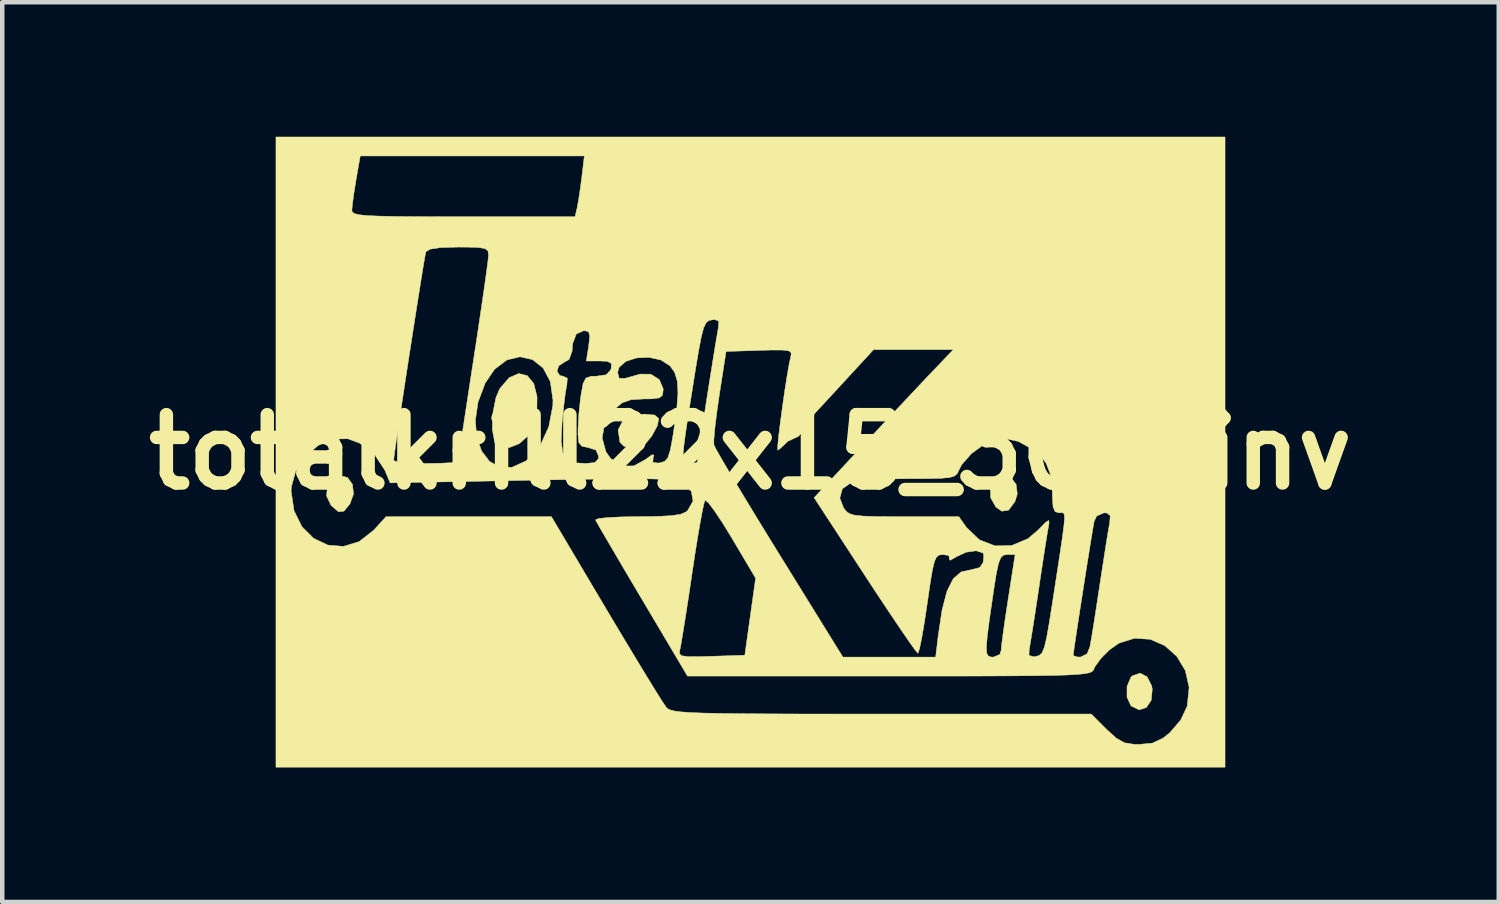
<source format=kicad_pcb>
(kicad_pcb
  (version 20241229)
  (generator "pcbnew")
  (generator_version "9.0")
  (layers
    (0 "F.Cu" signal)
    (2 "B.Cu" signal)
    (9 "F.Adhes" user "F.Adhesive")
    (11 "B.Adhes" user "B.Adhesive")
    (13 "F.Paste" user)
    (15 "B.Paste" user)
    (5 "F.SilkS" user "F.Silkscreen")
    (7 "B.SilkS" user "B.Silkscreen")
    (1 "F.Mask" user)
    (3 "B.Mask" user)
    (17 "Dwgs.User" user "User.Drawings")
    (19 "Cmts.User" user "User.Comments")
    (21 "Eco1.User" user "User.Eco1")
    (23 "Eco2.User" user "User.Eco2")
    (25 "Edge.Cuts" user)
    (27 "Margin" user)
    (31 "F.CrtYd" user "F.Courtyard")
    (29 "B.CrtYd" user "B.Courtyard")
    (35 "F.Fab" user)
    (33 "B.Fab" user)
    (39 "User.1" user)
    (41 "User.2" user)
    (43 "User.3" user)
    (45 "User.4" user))
  (footprint "totalkrill22x15_300_inv"
    (layer "F.Cu")
    (at 13.687 7.032)
    (property "Reference" "totalkrill22x15_300_inv" (at 0 0 0) (layer "F.SilkS") (effects (font (size 1.524 1.524) (thickness 0.3))))
    (attr through_hole)
    (fp_poly (pts (xy 5.812 0.571) (xy 5.924 0.721) (xy 5.95 0.933) (xy 5.898 1.103) (xy 5.757 1.294) (xy 5.605 1.319) (xy 5.471 1.225) (xy 5.355 1.017) (xy 5.35 0.782) (xy 5.457 0.596) (xy 5.646 0.517) (xy 5.812 0.571)) (stroke (width 0.01) (type solid)) (fill yes) (layer "F.SilkS"))
    (fp_poly (pts (xy -8.987 0.567) (xy -8.877 0.721) (xy -8.853 0.935) (xy -8.932 1.154) (xy -9.067 1.318) (xy -9.19 1.33) (xy -9.349 1.193) (xy -9.358 1.183) (xy -9.455 0.976) (xy -9.432 0.755) (xy -9.307 0.583) (xy -9.164 0.523) (xy -8.987 0.567)) (stroke (width 0.01) (type solid)) (fill yes) (layer "F.SilkS"))
    (fp_poly (pts (xy -2.138 -0.826) (xy -2.045 -0.747) (xy -2.078 -0.585) (xy -2.2 -0.36) (xy -2.363 -0.16) (xy -2.551 -0.088) (xy -2.614 -0.085) (xy -2.822 -0.129) (xy -2.912 -0.219) (xy -2.952 -0.495) (xy -2.845 -0.701) (xy -2.603 -0.821) (xy -2.365 -0.847) (xy -2.138 -0.826)) (stroke (width 0.01) (type solid)) (fill yes) (layer "F.SilkS"))
    (fp_poly (pts (xy 8.845 5.012) (xy 8.946 5.21) (xy 8.96 5.284) (xy 8.938 5.532) (xy 8.828 5.696) (xy 8.668 5.749) (xy 8.491 5.663) (xy 8.484 5.656) (xy 8.396 5.466) (xy 8.397 5.225) (xy 8.484 5.022) (xy 8.516 4.989) (xy 8.689 4.93) (xy 8.845 5.012)) (stroke (width 0.01) (type solid)) (fill yes) (layer "F.SilkS"))
    (fp_poly (pts (xy -4.977 -1.704) (xy -4.833 -1.527) (xy -4.76 -1.234) (xy -4.763 -0.989) (xy -4.822 -0.691) (xy -4.925 -0.427) (xy -4.971 -0.354) (xy -5.153 -0.19) (xy -5.371 -0.103) (xy -5.57 -0.103) (xy -5.697 -0.199) (xy -5.704 -0.214) (xy -5.758 -0.508) (xy -5.746 -0.869) (xy -5.677 -1.215) (xy -5.594 -1.411) (xy -5.383 -1.659) (xy -5.169 -1.752) (xy -4.977 -1.704)) (stroke (width 0.01) (type solid)) (fill yes) (layer "F.SilkS"))
    (fp_poly (pts (xy 10.583 7.027) (xy -10.583 7.027) (xy -10.583 0.868) (xy -10.245 0.868) (xy -10.18 1.307) (xy -10.003 1.664) (xy -9.742 1.924) (xy -9.425 2.074) (xy -9.077 2.103) (xy -8.727 1.996) (xy -8.405 1.744) (xy -8.126 1.439) (xy -4.44 1.439) (xy -3.222 3.493) (xy -2.9 4.032) (xy -2.601 4.529) (xy -2.338 4.963) (xy -2.122 5.315) (xy -1.966 5.563) (xy -1.882 5.688) (xy -1.877 5.694) (xy -1.841 5.726) (xy -1.782 5.753) (xy -1.687 5.776) (xy -1.543 5.794) (xy -1.335 5.809) (xy -1.051 5.82) (xy -0.678 5.828) (xy -0.201 5.834) (xy 0.392 5.838) (xy 1.116 5.841) (xy 1.983 5.842) (xy 2.924 5.842) (xy 7.6 5.842) (xy 7.939 6.181) (xy 8.158 6.381) (xy 8.34 6.483) (xy 8.554 6.517) (xy 8.665 6.519) (xy 8.961 6.491) (xy 9.196 6.382) (xy 9.352 6.258) (xy 9.596 5.972) (xy 9.739 5.665) (xy 9.782 5.247) (xy 9.696 4.87) (xy 9.506 4.554) (xy 9.238 4.316) (xy 8.917 4.176) (xy 8.568 4.151) (xy 8.218 4.261) (xy 8.008 4.408) (xy 7.817 4.6) (xy 7.685 4.779) (xy 7.661 4.831) (xy 7.645 4.867) (xy 7.612 4.897) (xy 7.55 4.923) (xy 7.444 4.943) (xy 7.28 4.959) (xy 7.047 4.972) (xy 6.729 4.981) (xy 6.313 4.987) (xy 5.786 4.991) (xy 5.135 4.994) (xy 4.345 4.995) (xy 3.403 4.995) (xy 3.102 4.995) (xy -1.405 4.995) (xy -1.699 4.499) (xy -1.585 4.499) (xy -1.535 4.542) (xy -1.398 4.561) (xy -1.143 4.562) (xy -0.875 4.554) (xy -0.127 4.53) (xy 0.114 2.812) (xy -0.421 1.909) (xy -0.628 1.572) (xy -0.808 1.303) (xy -0.941 1.128) (xy -1.012 1.073) (xy -1.015 1.075) (xy -1.045 1.176) (xy -1.094 1.418) (xy -1.157 1.773) (xy -1.229 2.213) (xy -1.304 2.709) (xy -1.379 3.214) (xy -1.449 3.667) (xy -1.509 4.041) (xy -1.553 4.304) (xy -1.578 4.427) (xy -1.585 4.499) (xy -1.699 4.499) (xy -2.417 3.289) (xy -2.705 2.803) (xy -2.963 2.365) (xy -3.179 1.996) (xy -3.342 1.717) (xy -3.437 1.549) (xy -3.457 1.511) (xy -3.39 1.483) (xy -3.185 1.46) (xy -2.875 1.445) (xy -2.511 1.439) (xy -2.062 1.434) (xy -1.754 1.417) (xy -1.554 1.385) (xy -1.435 1.333) (xy -1.403 1.306) (xy -1.281 1.091) (xy -1.321 0.875) (xy -1.487 0.709) (xy -1.555 0.672) (xy -1.647 0.643) (xy -1.78 0.621) (xy -1.971 0.606) (xy -2.236 0.597) (xy -2.594 0.594) (xy -3.06 0.597) (xy -3.652 0.605) (xy -4.386 0.618) (xy -4.87 0.627) (xy -8.037 0.687) (xy -8.157 0.4) (xy -8.296 0.188) (xy -7.959 0.188) (xy -7.88 0.218) (xy -7.672 0.241) (xy -7.372 0.253) (xy -7.239 0.254) (xy -6.914 0.249) (xy -6.665 0.236) (xy -6.532 0.217) (xy -6.519 0.209) (xy -6.507 0.116) (xy -6.472 -0.121) (xy -6.418 -0.481) (xy -6.384 -0.703) (xy -6.136 -0.703) (xy -6.105 -0.333) (xy -5.996 -0.023) (xy -5.821 0.207) (xy -5.591 0.334) (xy -5.319 0.339) (xy -5.016 0.201) (xy -4.954 0.155) (xy -4.688 -0.15) (xy -4.499 -0.564) (xy -4.409 -1.034) (xy -4.405 -1.158) (xy -4.464 -1.571) (xy -4.585 -1.8) (xy -4.314 -1.8) (xy -4.251 -1.707) (xy -4.181 -1.693) (xy -4.085 -1.648) (xy -4.095 -1.503) (xy -4.127 -1.329) (xy -4.163 -1.042) (xy -4.198 -0.701) (xy -4.203 -0.644) (xy -4.222 -0.243) (xy -4.186 0.021) (xy -4.078 0.173) (xy -3.884 0.241) (xy -3.667 0.254) (xy -3.468 0.232) (xy -3.392 0.149) (xy -3.387 0.09) (xy -3.447 -0.045) (xy -3.619 -0.1) (xy -3.763 -0.131) (xy -3.83 -0.213) (xy -3.839 -0.315) (xy -3.308 -0.315) (xy -3.223 -0.003) (xy -3.118 0.143) (xy -2.871 0.31) (xy -2.602 0.308) (xy -2.34 0.164) (xy -2.196 0.06) (xy -2.154 0.067) (xy -2.171 0.129) (xy -2.178 0.229) (xy -2.062 0.245) (xy -2.023 0.24) (xy -1.916 0.209) (xy -1.844 0.128) (xy -1.818 0.047) (xy -1.503 0.047) (xy -1.499 0.169) (xy -1.474 0.231) (xy -1.428 0.252) (xy -1.362 0.254) (xy -1.355 0.254) (xy -1.217 0.239) (xy -1.185 0.219) (xy -1.173 0.116) (xy -1.138 -0.121) (xy -1.115 -0.276) (xy -0.817 -0.276) (xy -0.816 -0.161) (xy -0.765 -0.058) (xy -0.635 0.17) (xy -0.438 0.506) (xy -0.184 0.929) (xy 0.116 1.423) (xy 0.45 1.969) (xy 0.638 2.273) (xy 2.061 4.572) (xy 4.129 4.572) (xy 4.156 4.347) (xy 5.26 4.347) (xy 5.268 4.482) (xy 5.303 4.548) (xy 5.365 4.57) (xy 5.419 4.572) (xy 5.562 4.512) (xy 5.589 4.424) (xy 5.602 4.285) (xy 5.637 4.018) (xy 5.688 3.662) (xy 5.746 3.281) (xy 5.901 2.286) (xy 5.72 2.286) (xy 5.641 2.299) (xy 5.581 2.355) (xy 5.531 2.484) (xy 5.482 2.711) (xy 5.425 3.067) (xy 5.394 3.281) (xy 5.323 3.771) (xy 5.279 4.118) (xy 5.26 4.347) (xy 4.156 4.347) (xy 4.187 4.085) (xy 4.273 3.517) (xy 4.382 3.102) (xy 4.521 2.825) (xy 4.698 2.671) (xy 4.914 2.625) (xy 5.116 2.573) (xy 5.188 2.46) (xy 5.203 2.304) (xy 5.184 2.249) (xy 5.033 2.201) (xy 4.81 2.233) (xy 4.588 2.335) (xy 4.577 2.343) (xy 4.455 2.413) (xy 4.433 2.391) (xy 4.436 2.385) (xy 4.423 2.306) (xy 4.297 2.286) (xy 4.214 2.294) (xy 4.152 2.336) (xy 4.103 2.438) (xy 4.057 2.628) (xy 4.006 2.931) (xy 3.942 3.375) (xy 3.94 3.387) (xy 3.879 3.794) (xy 3.821 4.134) (xy 3.772 4.374) (xy 3.738 4.483) (xy 3.734 4.487) (xy 3.675 4.419) (xy 3.538 4.228) (xy 3.336 3.933) (xy 3.081 3.554) (xy 2.786 3.11) (xy 2.551 2.751) (xy 1.425 1.026) (xy 1.992 1.026) (xy 2.074 1.24) (xy 2.132 1.318) (xy 2.205 1.372) (xy 2.321 1.407) (xy 2.51 1.427) (xy 2.8 1.437) (xy 3.219 1.439) (xy 3.425 1.439) (xy 4.645 1.439) (xy 4.818 1.682) (xy 5.106 1.957) (xy 5.453 2.091) (xy 5.826 2.083) (xy 6.186 1.932) (xy 6.415 1.738) (xy 6.577 1.571) (xy 6.651 1.523) (xy 6.659 1.585) (xy 6.651 1.629) (xy 6.624 1.78) (xy 6.578 2.063) (xy 6.52 2.439) (xy 6.454 2.874) (xy 6.435 3.006) (xy 6.368 3.451) (xy 6.307 3.849) (xy 6.256 4.164) (xy 6.223 4.359) (xy 6.217 4.388) (xy 6.21 4.532) (xy 6.307 4.563) (xy 6.364 4.557) (xy 6.433 4.537) (xy 7.197 4.537) (xy 7.268 4.566) (xy 7.359 4.572) (xy 7.507 4.498) (xy 7.57 4.339) (xy 7.6 4.17) (xy 7.649 3.873) (xy 7.709 3.487) (xy 7.776 3.05) (xy 7.789 2.963) (xy 7.857 2.522) (xy 7.919 2.123) (xy 7.97 1.805) (xy 8.005 1.608) (xy 8.009 1.587) (xy 8.023 1.419) (xy 7.949 1.359) (xy 7.882 1.355) (xy 7.719 1.427) (xy 7.664 1.545) (xy 7.641 1.674) (xy 7.598 1.93) (xy 7.542 2.28) (xy 7.476 2.691) (xy 7.408 3.128) (xy 7.341 3.558) (xy 7.281 3.948) (xy 7.234 4.264) (xy 7.204 4.472) (xy 7.197 4.537) (xy 6.433 4.537) (xy 6.441 4.535) (xy 6.501 4.476) (xy 6.553 4.354) (xy 6.603 4.144) (xy 6.661 3.818) (xy 6.735 3.351) (xy 6.736 3.344) (xy 6.833 2.715) (xy 6.906 2.234) (xy 6.958 1.881) (xy 6.99 1.636) (xy 7.003 1.481) (xy 6.998 1.394) (xy 6.978 1.358) (xy 6.943 1.351) (xy 6.895 1.354) (xy 6.884 1.355) (xy 6.794 1.329) (xy 6.748 1.225) (xy 6.732 1.005) (xy 6.731 0.895) (xy 6.7 0.525) (xy 6.596 0.256) (xy 6.556 0.197) (xy 6.295 -0.061) (xy 5.972 -0.238) (xy 5.645 -0.309) (xy 5.502 -0.296) (xy 5.213 -0.175) (xy 4.929 0.033) (xy 4.713 0.278) (xy 4.651 0.395) (xy 4.613 0.477) (xy 4.553 0.532) (xy 4.441 0.567) (xy 4.247 0.585) (xy 3.941 0.592) (xy 3.521 0.593) (xy 3.097 0.599) (xy 2.718 0.616) (xy 2.426 0.64) (xy 2.262 0.67) (xy 2.261 0.671) (xy 2.049 0.818) (xy 1.992 1.026) (xy 1.425 1.026) (xy 1.419 1.017) (xy 2.546 -0.19) (xy 2.93 -0.6) (xy 3.306 -1.001) (xy 3.646 -1.363) (xy 3.923 -1.657) (xy 4.099 -1.841) (xy 4.524 -2.286) (xy 2.746 -2.286) (xy 1.695 -1.145) (xy 1.361 -0.786) (xy 1.066 -0.477) (xy 0.83 -0.237) (xy 0.671 -0.086) (xy 0.608 -0.041) (xy 0.607 -0.132) (xy 0.627 -0.351) (xy 0.665 -0.658) (xy 0.713 -1.015) (xy 0.766 -1.382) (xy 0.819 -1.719) (xy 0.867 -1.989) (xy 0.901 -2.141) (xy 0.908 -2.213) (xy 0.858 -2.256) (xy 0.72 -2.275) (xy 0.465 -2.276) (xy 0.2 -2.268) (xy -0.545 -2.244) (xy -0.696 -1.27) (xy -0.753 -0.872) (xy -0.795 -0.528) (xy -0.817 -0.276) (xy -1.115 -0.276) (xy -1.088 -0.458) (xy -1.026 -0.861) (xy -0.958 -1.296) (xy -0.889 -1.731) (xy -0.825 -2.131) (xy -0.771 -2.463) (xy -0.732 -2.693) (xy -0.716 -2.779) (xy -0.707 -2.923) (xy -0.803 -2.955) (xy -0.864 -2.948) (xy -0.936 -2.929) (xy -0.993 -2.878) (xy -1.044 -2.772) (xy -1.094 -2.586) (xy -1.15 -2.298) (xy -1.22 -1.884) (xy -1.284 -1.482) (xy -1.376 -0.902) (xy -1.442 -0.468) (xy -1.484 -0.158) (xy -1.503 0.047) (xy -1.818 0.047) (xy -1.789 -0.04) (xy -1.735 -0.331) (xy -1.72 -0.423) (xy -1.647 -0.935) (xy -1.618 -1.311) (xy -1.632 -1.582) (xy -1.692 -1.778) (xy -1.793 -1.921) (xy -2 -2.055) (xy -2.265 -2.112) (xy -2.54 -2.1) (xy -2.778 -2.024) (xy -2.931 -1.89) (xy -2.963 -1.774) (xy -2.928 -1.645) (xy -2.796 -1.645) (xy -2.794 -1.645) (xy -2.562 -1.711) (xy -2.459 -1.74) (xy -2.221 -1.737) (xy -2.033 -1.616) (xy -1.948 -1.414) (xy -1.947 -1.394) (xy -1.961 -1.271) (xy -2.031 -1.209) (xy -2.201 -1.187) (xy -2.377 -1.185) (xy -2.665 -1.168) (xy -2.864 -1.097) (xy -3.049 -0.943) (xy -3.055 -0.938) (xy -3.251 -0.642) (xy -3.308 -0.315) (xy -3.839 -0.315) (xy -3.847 -0.395) (xy -3.846 -0.508) (xy -3.828 -0.845) (xy -3.79 -1.207) (xy -3.777 -1.291) (xy -3.732 -1.533) (xy -3.67 -1.651) (xy -3.554 -1.69) (xy -3.434 -1.693) (xy -3.218 -1.724) (xy -3.118 -1.832) (xy -3.108 -1.863) (xy -3.102 -1.976) (xy -3.192 -2.024) (xy -3.363 -2.032) (xy -3.662 -2.032) (xy -3.608 -2.371) (xy -3.584 -2.588) (xy -3.613 -2.686) (xy -3.711 -2.709) (xy -3.715 -2.709) (xy -3.883 -2.635) (xy -3.968 -2.415) (xy -3.979 -2.247) (xy -4.046 -2.065) (xy -4.149 -2.007) (xy -4.278 -1.922) (xy -4.314 -1.8) (xy -4.585 -1.8) (xy -4.626 -1.876) (xy -4.861 -2.062) (xy -5.139 -2.125) (xy -5.432 -2.055) (xy -5.709 -1.845) (xy -5.916 -1.54) (xy -6.077 -1.112) (xy -6.136 -0.703) (xy -6.384 -0.703) (xy -6.348 -0.941) (xy -6.266 -1.478) (xy -6.181 -2.032) (xy -6.089 -2.63) (xy -6.008 -3.179) (xy -5.938 -3.655) (xy -5.885 -4.034) (xy -5.852 -4.291) (xy -5.842 -4.4) (xy -5.855 -4.485) (xy -5.918 -4.537) (xy -6.065 -4.563) (xy -6.329 -4.571) (xy -6.522 -4.572) (xy -6.915 -4.56) (xy -7.151 -4.524) (xy -7.239 -4.466) (xy -7.26 -4.362) (xy -7.302 -4.117) (xy -7.36 -3.759) (xy -7.431 -3.314) (xy -7.51 -2.808) (xy -7.594 -2.269) (xy -7.678 -1.724) (xy -7.758 -1.199) (xy -7.83 -0.722) (xy -7.89 -0.318) (xy -7.933 -0.016) (xy -7.956 0.159) (xy -7.959 0.188) (xy -8.296 0.188) (xy -8.384 0.054) (xy -8.715 -0.199) (xy -8.979 -0.297) (xy -9.314 -0.291) (xy -9.641 -0.148) (xy -9.928 0.098) (xy -10.139 0.417) (xy -10.24 0.778) (xy -10.245 0.868) (xy -10.583 0.868) (xy -10.583 -5.391) (xy -8.89 -5.391) (xy -8.878 -5.35) (xy -8.83 -5.318) (xy -8.728 -5.293) (xy -8.554 -5.275) (xy -8.291 -5.263) (xy -7.921 -5.255) (xy -7.427 -5.251) (xy -6.79 -5.249) (xy -6.402 -5.249) (xy -3.913 -5.249) (xy -3.868 -5.44) (xy -3.833 -5.629) (xy -3.791 -5.912) (xy -3.764 -6.117) (xy -3.706 -6.604) (xy -8.703 -6.604) (xy -8.797 -6.068) (xy -8.846 -5.765) (xy -8.879 -5.516) (xy -8.89 -5.391) (xy -10.583 -5.391) (xy -10.583 -7.027) (xy 10.583 -7.027) (xy 10.583 7.027)) (stroke (width 0.01) (type solid)) (fill yes) (layer "F.SilkS")))
  (gr_rect
    (start -3 -3)
    (end 30.374 17.065)
    (stroke (width 0.1) (type default))
    (fill no)
    (layer "Edge.Cuts")))
</source>
